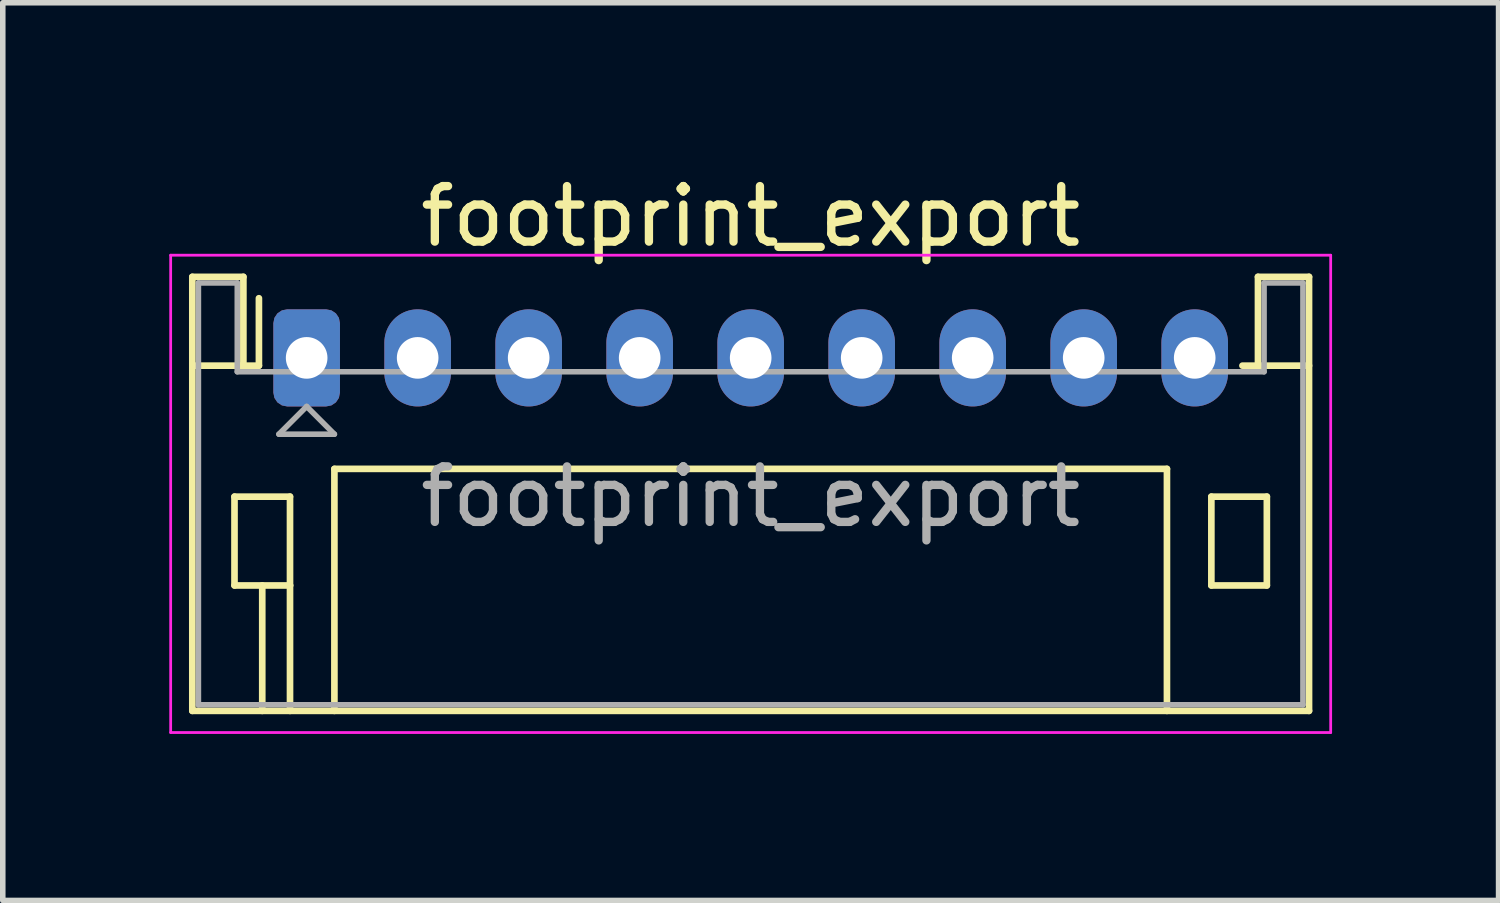
<source format=kicad_pcb>
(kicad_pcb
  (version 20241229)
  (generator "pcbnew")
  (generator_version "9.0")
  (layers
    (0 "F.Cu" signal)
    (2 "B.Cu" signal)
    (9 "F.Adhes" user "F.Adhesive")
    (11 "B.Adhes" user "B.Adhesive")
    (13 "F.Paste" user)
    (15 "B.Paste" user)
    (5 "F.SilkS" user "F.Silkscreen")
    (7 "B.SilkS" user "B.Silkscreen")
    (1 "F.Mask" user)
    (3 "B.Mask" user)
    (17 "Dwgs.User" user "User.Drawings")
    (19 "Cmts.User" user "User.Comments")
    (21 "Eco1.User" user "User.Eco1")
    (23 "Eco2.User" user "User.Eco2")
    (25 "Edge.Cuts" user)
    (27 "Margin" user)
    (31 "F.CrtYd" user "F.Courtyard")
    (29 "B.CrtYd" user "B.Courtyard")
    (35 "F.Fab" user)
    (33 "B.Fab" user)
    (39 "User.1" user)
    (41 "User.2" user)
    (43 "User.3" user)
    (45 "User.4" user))
  (footprint "footprint_export"
    (layer "F.Cu")
    (at 2.475 3.398)
    (property "Reference" "footprint_export" (at 8 -2.55 0) (layer "F.SilkS") (effects (font (size 1 1) (thickness 0.15))))
    (attr through_hole)
    (fp_line (start -2.06 -1.46) (end -2.06 6.36) (stroke (width 0.12) (type solid)) (layer "F.SilkS"))
    (fp_line (start -2.06 0.14) (end -1.14 0.14) (stroke (width 0.12) (type solid)) (layer "F.SilkS"))
    (fp_line (start -2.06 6.36) (end 18.06 6.36) (stroke (width 0.12) (type solid)) (layer "F.SilkS"))
    (fp_line (start -1.3 2.5) (end -1.3 4.1) (stroke (width 0.12) (type solid)) (layer "F.SilkS"))
    (fp_line (start -1.3 4.1) (end -0.3 4.1) (stroke (width 0.12) (type solid)) (layer "F.SilkS"))
    (fp_line (start -1.14 -1.46) (end -2.06 -1.46) (stroke (width 0.12) (type solid)) (layer "F.SilkS"))
    (fp_line (start -1.14 0.14) (end -1.14 -1.46) (stroke (width 0.12) (type solid)) (layer "F.SilkS"))
    (fp_line (start -0.86 0.14) (end -1.14 0.14) (stroke (width 0.12) (type solid)) (layer "F.SilkS"))
    (fp_line (start -0.86 0.14) (end -0.86 -1.075) (stroke (width 0.12) (type solid)) (layer "F.SilkS"))
    (fp_line (start -0.8 4.1) (end -0.8 6.36) (stroke (width 0.12) (type solid)) (layer "F.SilkS"))
    (fp_line (start -0.3 2.5) (end -1.3 2.5) (stroke (width 0.12) (type solid)) (layer "F.SilkS"))
    (fp_line (start -0.3 4.1) (end -0.3 2.5) (stroke (width 0.12) (type solid)) (layer "F.SilkS"))
    (fp_line (start -0.3 4.1) (end -0.3 6.36) (stroke (width 0.12) (type solid)) (layer "F.SilkS"))
    (fp_line (start 0.5 2) (end 15.5 2) (stroke (width 0.12) (type solid)) (layer "F.SilkS"))
    (fp_line (start 0.5 6.36) (end 0.5 2) (stroke (width 0.12) (type solid)) (layer "F.SilkS"))
    (fp_line (start 15.5 2) (end 15.5 6.36) (stroke (width 0.12) (type solid)) (layer "F.SilkS"))
    (fp_line (start 16.3 2.5) (end 17.3 2.5) (stroke (width 0.12) (type solid)) (layer "F.SilkS"))
    (fp_line (start 16.3 4.1) (end 16.3 2.5) (stroke (width 0.12) (type solid)) (layer "F.SilkS"))
    (fp_line (start 17.14 -1.46) (end 17.14 0.14) (stroke (width 0.12) (type solid)) (layer "F.SilkS"))
    (fp_line (start 17.14 0.14) (end 16.86 0.14) (stroke (width 0.12) (type solid)) (layer "F.SilkS"))
    (fp_line (start 17.3 2.5) (end 17.3 4.1) (stroke (width 0.12) (type solid)) (layer "F.SilkS"))
    (fp_line (start 17.3 4.1) (end 16.3 4.1) (stroke (width 0.12) (type solid)) (layer "F.SilkS"))
    (fp_line (start 18.06 -1.46) (end 17.14 -1.46) (stroke (width 0.12) (type solid)) (layer "F.SilkS"))
    (fp_line (start 18.06 0.14) (end 17.14 0.14) (stroke (width 0.12) (type solid)) (layer "F.SilkS"))
    (fp_line (start 18.06 6.36) (end 18.06 -1.46) (stroke (width 0.12) (type solid)) (layer "F.SilkS"))
    (fp_line (start -2.45 -1.85) (end -2.45 6.75) (stroke (width 0.05) (type solid)) (layer "F.CrtYd"))
    (fp_line (start -2.45 6.75) (end 18.45 6.75) (stroke (width 0.05) (type solid)) (layer "F.CrtYd"))
    (fp_line (start 18.45 -1.85) (end -2.45 -1.85) (stroke (width 0.05) (type solid)) (layer "F.CrtYd"))
    (fp_line (start 18.45 6.75) (end 18.45 -1.85) (stroke (width 0.05) (type solid)) (layer "F.CrtYd"))
    (fp_line (start -1.95 -1.35) (end -1.95 6.25) (stroke (width 0.1) (type solid)) (layer "F.Fab"))
    (fp_line (start -1.95 6.25) (end 17.95 6.25) (stroke (width 0.1) (type solid)) (layer "F.Fab"))
    (fp_line (start -1.25 -1.35) (end -1.95 -1.35) (stroke (width 0.1) (type solid)) (layer "F.Fab"))
    (fp_line (start -1.25 0.25) (end -1.25 -1.35) (stroke (width 0.1) (type solid)) (layer "F.Fab"))
    (fp_line (start -0.5 1.375) (end 0.5 1.375) (stroke (width 0.1) (type solid)) (layer "F.Fab"))
    (fp_line (start 0 0.875) (end -0.5 1.375) (stroke (width 0.1) (type solid)) (layer "F.Fab"))
    (fp_line (start 0.5 1.375) (end 0 0.875) (stroke (width 0.1) (type solid)) (layer "F.Fab"))
    (fp_line (start 17.25 -1.35) (end 17.25 0.25) (stroke (width 0.1) (type solid)) (layer "F.Fab"))
    (fp_line (start 17.25 0.25) (end -1.25 0.25) (stroke (width 0.1) (type solid)) (layer "F.Fab"))
    (fp_line (start 17.95 -1.35) (end 17.25 -1.35) (stroke (width 0.1) (type solid)) (layer "F.Fab"))
    (fp_line (start 17.95 6.25) (end 17.95 -1.35) (stroke (width 0.1) (type solid)) (layer "F.Fab"))
    (fp_text user "${REFERENCE}" (at 8 2.5 0) (layer "F.Fab") (effects (font (size 1 1) (thickness 0.15))))
    (pad "1" thru_hole roundrect (at 0 0) (size 1.2 1.75) (drill 0.75) (layers "*.Cu" "*.Mask") (roundrect_rratio 0.208))
    (pad "2" thru_hole oval (at 2 0) (size 1.2 1.75) (drill 0.75) (layers "*.Cu" "*.Mask"))
    (pad "3" thru_hole oval (at 4 0) (size 1.2 1.75) (drill 0.75) (layers "*.Cu" "*.Mask"))
    (pad "4" thru_hole oval (at 6 0) (size 1.2 1.75) (drill 0.75) (layers "*.Cu" "*.Mask"))
    (pad "5" thru_hole oval (at 8 0) (size 1.2 1.75) (drill 0.75) (layers "*.Cu" "*.Mask"))
    (pad "6" thru_hole oval (at 10 0) (size 1.2 1.75) (drill 0.75) (layers "*.Cu" "*.Mask"))
    (pad "7" thru_hole oval (at 12 0) (size 1.2 1.75) (drill 0.75) (layers "*.Cu" "*.Mask"))
    (pad "8" thru_hole oval (at 14 0) (size 1.2 1.75) (drill 0.75) (layers "*.Cu" "*.Mask"))
    (pad "9" thru_hole oval (at 16 0) (size 1.2 1.75) (drill 0.75) (layers "*.Cu" "*.Mask")))
  (gr_rect
    (start -3 -3)
    (end 23.95 13.173)
    (stroke (width 0.1) (type default))
    (fill no)
    (layer "Edge.Cuts")))
</source>
